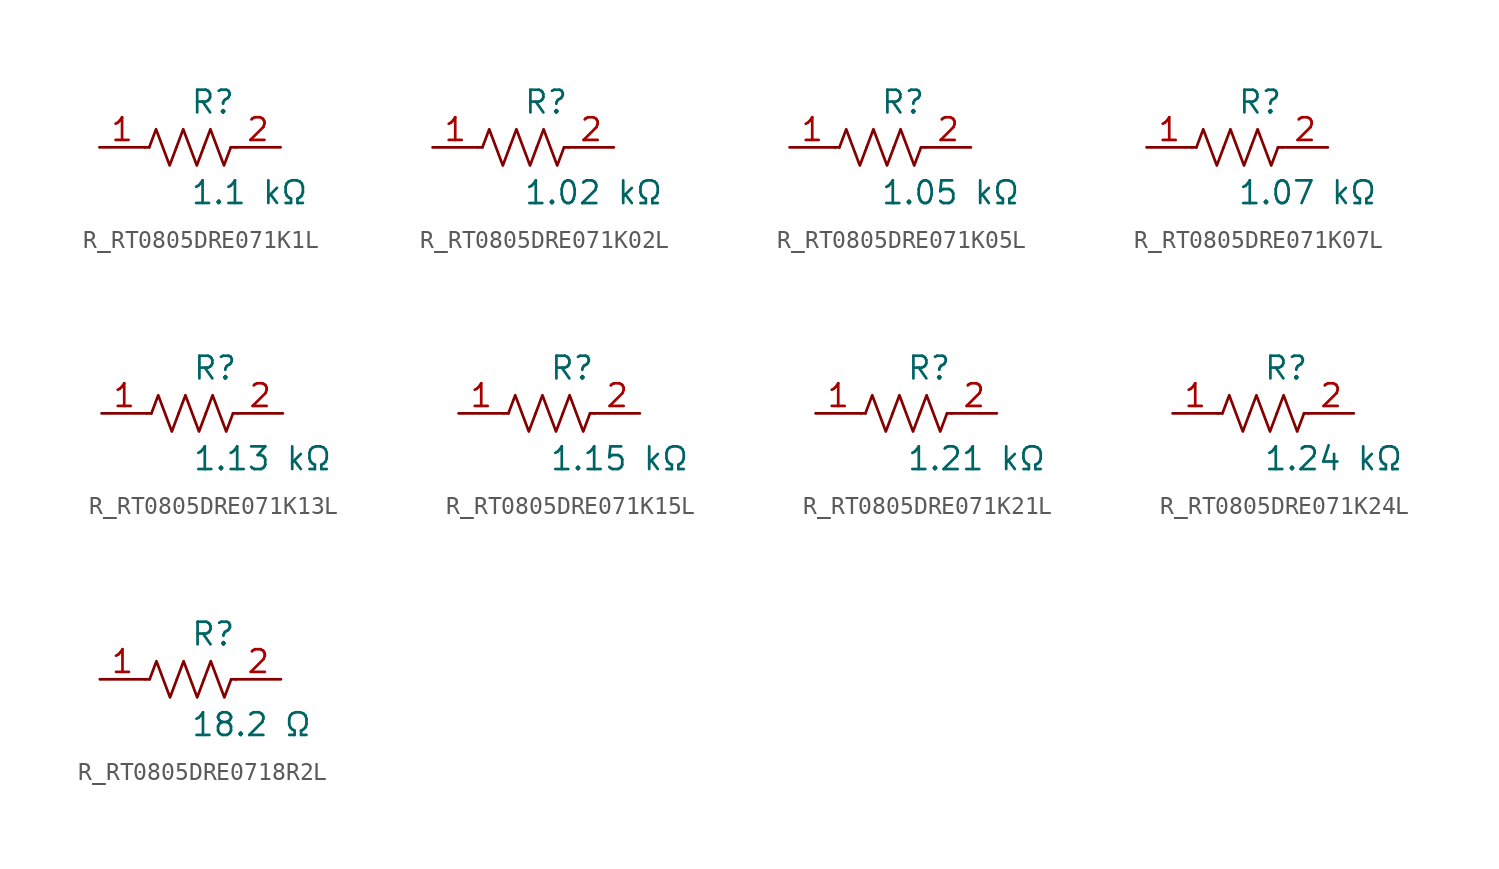
<source format=kicad_sym>
(kicad_symbol_lib
  (version 20231120)
  (generator kicad_symbol_editor)
  (generator_version 8.0)
  (symbol "R_RT0805DRE071K1L"
    (pin_names
      (offset 0.254))
    (property "Reference" "R"
      (at 0 2.54 0)
      (effects (font (size 1.27 1.27)) (justify left)))
    (property "Value" "1.1 kΩ"
      (at 0 -2.54 0)
      (effects (font (size 1.27 1.27)) (justify left)))
    (symbol "R_RT0805DRE071K1L_0_1"
      (polyline (pts (xy 2.286 0) (xy 2.54 0)) (stroke (width 0) (type default)) (fill (type none)))
      (polyline (pts (xy -2.286 0) (xy -2.54 0)) (stroke (width 0) (type default)) (fill (type none)))
      (polyline (pts (xy 0.762 0) (xy 1.143 1.016) (xy 1.524 0) (xy 1.905 -1.016) (xy 2.286 0)) (stroke (width 0) (type default)) (fill (type none)))
      (polyline (pts (xy -0.762 0) (xy -0.381 1.016) (xy 0 0) (xy 0.381 -1.016) (xy 0.762 0)) (stroke (width 0) (type default)) (fill (type none)))
      (polyline (pts (xy -2.286 0) (xy -1.905 1.016) (xy -1.524 0) (xy -1.143 -1.016) (xy -0.762 0)) (stroke (width 0) (type default)) (fill (type none))))
    (pin passive line
      (at -5.08 0 0)
      (length 2.54)
      (name "" (effects (font (size 1.27 1.27))))
      (number "1" (effects (font (size 1.27 1.27)))))
    (pin passive line
      (at 5.08 0 180)
      (length 2.54)
      (name "" (effects (font (size 1.27 1.27))))
      (number "2" (effects (font (size 1.27 1.27))))))
  (symbol "R_RT0805DRE071K02L"
    (pin_names
      (offset 0.254))
    (property "Reference" "R"
      (at 0 2.54 0)
      (effects (font (size 1.27 1.27)) (justify left)))
    (property "Value" "1.02 kΩ"
      (at 0 -2.54 0)
      (effects (font (size 1.27 1.27)) (justify left)))
    (symbol "R_RT0805DRE071K02L_0_1"
      (polyline (pts (xy 2.286 0) (xy 2.54 0)) (stroke (width 0) (type default)) (fill (type none)))
      (polyline (pts (xy -2.286 0) (xy -2.54 0)) (stroke (width 0) (type default)) (fill (type none)))
      (polyline (pts (xy 0.762 0) (xy 1.143 1.016) (xy 1.524 0) (xy 1.905 -1.016) (xy 2.286 0)) (stroke (width 0) (type default)) (fill (type none)))
      (polyline (pts (xy -0.762 0) (xy -0.381 1.016) (xy 0 0) (xy 0.381 -1.016) (xy 0.762 0)) (stroke (width 0) (type default)) (fill (type none)))
      (polyline (pts (xy -2.286 0) (xy -1.905 1.016) (xy -1.524 0) (xy -1.143 -1.016) (xy -0.762 0)) (stroke (width 0) (type default)) (fill (type none))))
    (pin passive line
      (at -5.08 0 0)
      (length 2.54)
      (name "" (effects (font (size 1.27 1.27))))
      (number "1" (effects (font (size 1.27 1.27)))))
    (pin passive line
      (at 5.08 0 180)
      (length 2.54)
      (name "" (effects (font (size 1.27 1.27))))
      (number "2" (effects (font (size 1.27 1.27))))))
  (symbol "R_RT0805DRE071K05L"
    (pin_names
      (offset 0.254))
    (property "Reference" "R"
      (at 0 2.54 0)
      (effects (font (size 1.27 1.27)) (justify left)))
    (property "Value" "1.05 kΩ"
      (at 0 -2.54 0)
      (effects (font (size 1.27 1.27)) (justify left)))
    (symbol "R_RT0805DRE071K05L_0_1"
      (polyline (pts (xy 2.286 0) (xy 2.54 0)) (stroke (width 0) (type default)) (fill (type none)))
      (polyline (pts (xy -2.286 0) (xy -2.54 0)) (stroke (width 0) (type default)) (fill (type none)))
      (polyline (pts (xy 0.762 0) (xy 1.143 1.016) (xy 1.524 0) (xy 1.905 -1.016) (xy 2.286 0)) (stroke (width 0) (type default)) (fill (type none)))
      (polyline (pts (xy -0.762 0) (xy -0.381 1.016) (xy 0 0) (xy 0.381 -1.016) (xy 0.762 0)) (stroke (width 0) (type default)) (fill (type none)))
      (polyline (pts (xy -2.286 0) (xy -1.905 1.016) (xy -1.524 0) (xy -1.143 -1.016) (xy -0.762 0)) (stroke (width 0) (type default)) (fill (type none))))
    (pin passive line
      (at -5.08 0 0)
      (length 2.54)
      (name "" (effects (font (size 1.27 1.27))))
      (number "1" (effects (font (size 1.27 1.27)))))
    (pin passive line
      (at 5.08 0 180)
      (length 2.54)
      (name "" (effects (font (size 1.27 1.27))))
      (number "2" (effects (font (size 1.27 1.27))))))
  (symbol "R_RT0805DRE071K07L"
    (pin_names
      (offset 0.254))
    (property "Reference" "R"
      (at 0 2.54 0)
      (effects (font (size 1.27 1.27)) (justify left)))
    (property "Value" "1.07 kΩ"
      (at 0 -2.54 0)
      (effects (font (size 1.27 1.27)) (justify left)))
    (symbol "R_RT0805DRE071K07L_0_1"
      (polyline (pts (xy 2.286 0) (xy 2.54 0)) (stroke (width 0) (type default)) (fill (type none)))
      (polyline (pts (xy -2.286 0) (xy -2.54 0)) (stroke (width 0) (type default)) (fill (type none)))
      (polyline (pts (xy 0.762 0) (xy 1.143 1.016) (xy 1.524 0) (xy 1.905 -1.016) (xy 2.286 0)) (stroke (width 0) (type default)) (fill (type none)))
      (polyline (pts (xy -0.762 0) (xy -0.381 1.016) (xy 0 0) (xy 0.381 -1.016) (xy 0.762 0)) (stroke (width 0) (type default)) (fill (type none)))
      (polyline (pts (xy -2.286 0) (xy -1.905 1.016) (xy -1.524 0) (xy -1.143 -1.016) (xy -0.762 0)) (stroke (width 0) (type default)) (fill (type none))))
    (pin passive line
      (at -5.08 0 0)
      (length 2.54)
      (name "" (effects (font (size 1.27 1.27))))
      (number "1" (effects (font (size 1.27 1.27)))))
    (pin passive line
      (at 5.08 0 180)
      (length 2.54)
      (name "" (effects (font (size 1.27 1.27))))
      (number "2" (effects (font (size 1.27 1.27))))))
  (symbol "R_RT0805DRE071K13L"
    (pin_names
      (offset 0.254))
    (property "Reference" "R"
      (at 0 2.54 0)
      (effects (font (size 1.27 1.27)) (justify left)))
    (property "Value" "1.13 kΩ"
      (at 0 -2.54 0)
      (effects (font (size 1.27 1.27)) (justify left)))
    (symbol "R_RT0805DRE071K13L_0_1"
      (polyline (pts (xy 2.286 0) (xy 2.54 0)) (stroke (width 0) (type default)) (fill (type none)))
      (polyline (pts (xy -2.286 0) (xy -2.54 0)) (stroke (width 0) (type default)) (fill (type none)))
      (polyline (pts (xy 0.762 0) (xy 1.143 1.016) (xy 1.524 0) (xy 1.905 -1.016) (xy 2.286 0)) (stroke (width 0) (type default)) (fill (type none)))
      (polyline (pts (xy -0.762 0) (xy -0.381 1.016) (xy 0 0) (xy 0.381 -1.016) (xy 0.762 0)) (stroke (width 0) (type default)) (fill (type none)))
      (polyline (pts (xy -2.286 0) (xy -1.905 1.016) (xy -1.524 0) (xy -1.143 -1.016) (xy -0.762 0)) (stroke (width 0) (type default)) (fill (type none))))
    (pin passive line
      (at -5.08 0 0)
      (length 2.54)
      (name "" (effects (font (size 1.27 1.27))))
      (number "1" (effects (font (size 1.27 1.27)))))
    (pin passive line
      (at 5.08 0 180)
      (length 2.54)
      (name "" (effects (font (size 1.27 1.27))))
      (number "2" (effects (font (size 1.27 1.27))))))
  (symbol "R_RT0805DRE071K15L"
    (pin_names
      (offset 0.254))
    (property "Reference" "R"
      (at 0 2.54 0)
      (effects (font (size 1.27 1.27)) (justify left)))
    (property "Value" "1.15 kΩ"
      (at 0 -2.54 0)
      (effects (font (size 1.27 1.27)) (justify left)))
    (symbol "R_RT0805DRE071K15L_0_1"
      (polyline (pts (xy 2.286 0) (xy 2.54 0)) (stroke (width 0) (type default)) (fill (type none)))
      (polyline (pts (xy -2.286 0) (xy -2.54 0)) (stroke (width 0) (type default)) (fill (type none)))
      (polyline (pts (xy 0.762 0) (xy 1.143 1.016) (xy 1.524 0) (xy 1.905 -1.016) (xy 2.286 0)) (stroke (width 0) (type default)) (fill (type none)))
      (polyline (pts (xy -0.762 0) (xy -0.381 1.016) (xy 0 0) (xy 0.381 -1.016) (xy 0.762 0)) (stroke (width 0) (type default)) (fill (type none)))
      (polyline (pts (xy -2.286 0) (xy -1.905 1.016) (xy -1.524 0) (xy -1.143 -1.016) (xy -0.762 0)) (stroke (width 0) (type default)) (fill (type none))))
    (pin passive line
      (at -5.08 0 0)
      (length 2.54)
      (name "" (effects (font (size 1.27 1.27))))
      (number "1" (effects (font (size 1.27 1.27)))))
    (pin passive line
      (at 5.08 0 180)
      (length 2.54)
      (name "" (effects (font (size 1.27 1.27))))
      (number "2" (effects (font (size 1.27 1.27))))))
  (symbol "R_RT0805DRE071K21L"
    (pin_names
      (offset 0.254))
    (property "Reference" "R"
      (at 0 2.54 0)
      (effects (font (size 1.27 1.27)) (justify left)))
    (property "Value" "1.21 kΩ"
      (at 0 -2.54 0)
      (effects (font (size 1.27 1.27)) (justify left)))
    (symbol "R_RT0805DRE071K21L_0_1"
      (polyline (pts (xy 2.286 0) (xy 2.54 0)) (stroke (width 0) (type default)) (fill (type none)))
      (polyline (pts (xy -2.286 0) (xy -2.54 0)) (stroke (width 0) (type default)) (fill (type none)))
      (polyline (pts (xy 0.762 0) (xy 1.143 1.016) (xy 1.524 0) (xy 1.905 -1.016) (xy 2.286 0)) (stroke (width 0) (type default)) (fill (type none)))
      (polyline (pts (xy -0.762 0) (xy -0.381 1.016) (xy 0 0) (xy 0.381 -1.016) (xy 0.762 0)) (stroke (width 0) (type default)) (fill (type none)))
      (polyline (pts (xy -2.286 0) (xy -1.905 1.016) (xy -1.524 0) (xy -1.143 -1.016) (xy -0.762 0)) (stroke (width 0) (type default)) (fill (type none))))
    (pin passive line
      (at -5.08 0 0)
      (length 2.54)
      (name "" (effects (font (size 1.27 1.27))))
      (number "1" (effects (font (size 1.27 1.27)))))
    (pin passive line
      (at 5.08 0 180)
      (length 2.54)
      (name "" (effects (font (size 1.27 1.27))))
      (number "2" (effects (font (size 1.27 1.27))))))
  (symbol "R_RT0805DRE071K24L"
    (pin_names
      (offset 0.254))
    (property "Reference" "R"
      (at 0 2.54 0)
      (effects (font (size 1.27 1.27)) (justify left)))
    (property "Value" "1.24 kΩ"
      (at 0 -2.54 0)
      (effects (font (size 1.27 1.27)) (justify left)))
    (symbol "R_RT0805DRE071K24L_0_1"
      (polyline (pts (xy 2.286 0) (xy 2.54 0)) (stroke (width 0) (type default)) (fill (type none)))
      (polyline (pts (xy -2.286 0) (xy -2.54 0)) (stroke (width 0) (type default)) (fill (type none)))
      (polyline (pts (xy 0.762 0) (xy 1.143 1.016) (xy 1.524 0) (xy 1.905 -1.016) (xy 2.286 0)) (stroke (width 0) (type default)) (fill (type none)))
      (polyline (pts (xy -0.762 0) (xy -0.381 1.016) (xy 0 0) (xy 0.381 -1.016) (xy 0.762 0)) (stroke (width 0) (type default)) (fill (type none)))
      (polyline (pts (xy -2.286 0) (xy -1.905 1.016) (xy -1.524 0) (xy -1.143 -1.016) (xy -0.762 0)) (stroke (width 0) (type default)) (fill (type none))))
    (pin passive line
      (at -5.08 0 0)
      (length 2.54)
      (name "" (effects (font (size 1.27 1.27))))
      (number "1" (effects (font (size 1.27 1.27)))))
    (pin passive line
      (at 5.08 0 180)
      (length 2.54)
      (name "" (effects (font (size 1.27 1.27))))
      (number "2" (effects (font (size 1.27 1.27))))))
  (symbol "R_RT0805DRE0718R2L"
    (pin_names
      (offset 0.254))
    (property "Reference" "R"
      (at 0 2.54 0)
      (effects (font (size 1.27 1.27)) (justify left)))
    (property "Value" "18.2 Ω"
      (at 0 -2.54 0)
      (effects (font (size 1.27 1.27)) (justify left)))
    (symbol "R_RT0805DRE0718R2L_0_1"
      (polyline (pts (xy 2.286 0) (xy 2.54 0)) (stroke (width 0) (type default)) (fill (type none)))
      (polyline (pts (xy -2.286 0) (xy -2.54 0)) (stroke (width 0) (type default)) (fill (type none)))
      (polyline (pts (xy 0.762 0) (xy 1.143 1.016) (xy 1.524 0) (xy 1.905 -1.016) (xy 2.286 0)) (stroke (width 0) (type default)) (fill (type none)))
      (polyline (pts (xy -0.762 0) (xy -0.381 1.016) (xy 0 0) (xy 0.381 -1.016) (xy 0.762 0)) (stroke (width 0) (type default)) (fill (type none)))
      (polyline (pts (xy -2.286 0) (xy -1.905 1.016) (xy -1.524 0) (xy -1.143 -1.016) (xy -0.762 0)) (stroke (width 0) (type default)) (fill (type none))))
    (pin passive line
      (at -5.08 0 0)
      (length 2.54)
      (name "" (effects (font (size 1.27 1.27))))
      (number "1" (effects (font (size 1.27 1.27)))))
    (pin passive line
      (at 5.08 0 180)
      (length 2.54)
      (name "" (effects (font (size 1.27 1.27))))
      (number "2" (effects (font (size 1.27 1.27)))))))
</source>
